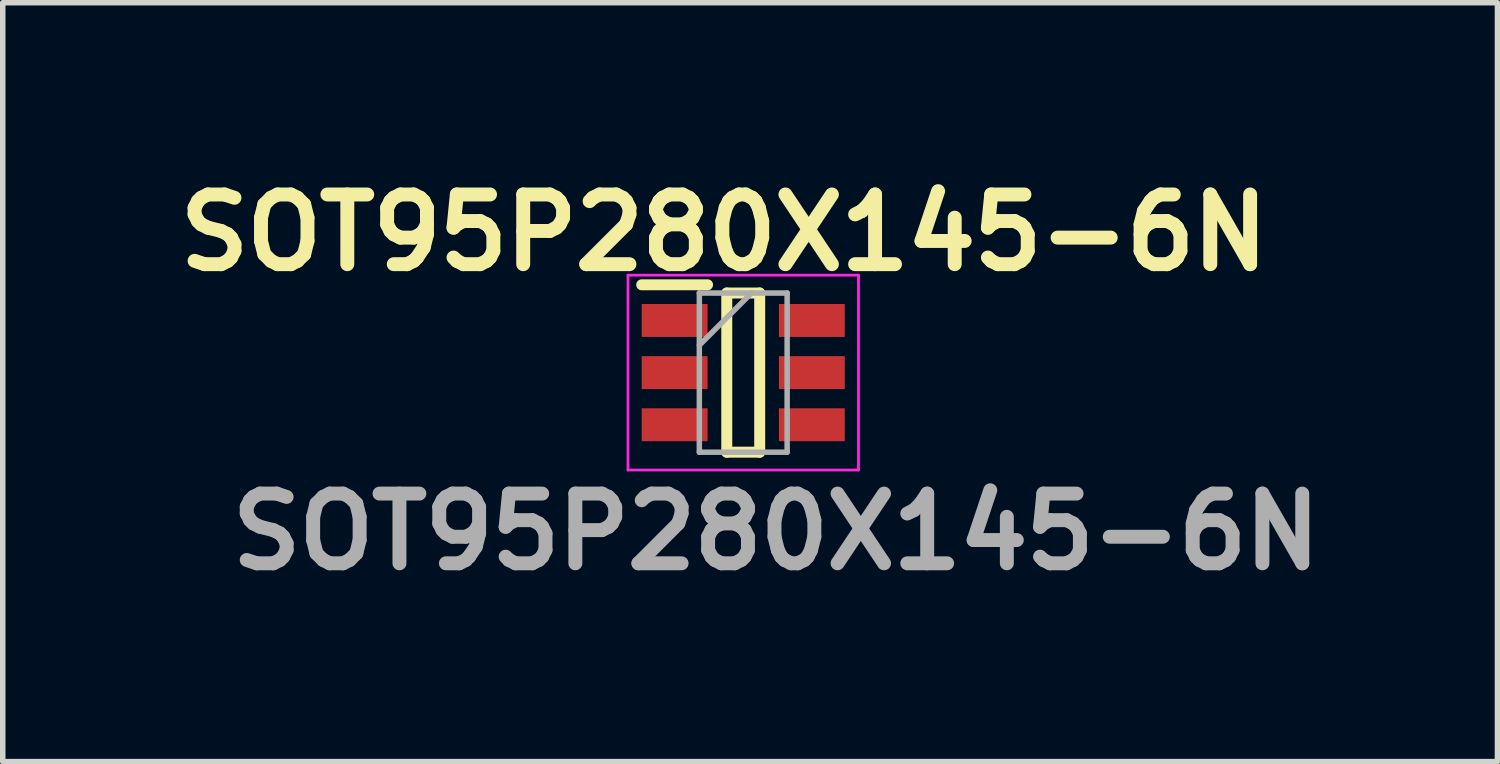
<source format=kicad_pcb>
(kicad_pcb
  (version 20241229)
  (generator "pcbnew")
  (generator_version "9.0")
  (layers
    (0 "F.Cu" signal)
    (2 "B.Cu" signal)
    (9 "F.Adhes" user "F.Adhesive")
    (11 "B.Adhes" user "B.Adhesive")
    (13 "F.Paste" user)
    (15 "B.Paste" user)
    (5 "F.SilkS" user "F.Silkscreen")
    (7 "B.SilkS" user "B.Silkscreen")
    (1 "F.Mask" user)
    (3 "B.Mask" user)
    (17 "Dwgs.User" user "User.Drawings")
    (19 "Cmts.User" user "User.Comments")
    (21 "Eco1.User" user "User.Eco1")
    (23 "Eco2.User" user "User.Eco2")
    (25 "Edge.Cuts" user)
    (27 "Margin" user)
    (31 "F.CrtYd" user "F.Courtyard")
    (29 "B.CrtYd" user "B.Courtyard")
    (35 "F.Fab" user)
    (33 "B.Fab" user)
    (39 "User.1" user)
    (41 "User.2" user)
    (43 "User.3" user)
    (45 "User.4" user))
  (footprint "SOT95P280X145-6N"
    (layer "F.Cu")
    (at 10.492 3.739)
    (property "Reference" "SOT95P280X145-6N" (at -0.35 -2.55 0) (layer "F.SilkS") (effects (font (size 1.27 1.27) (thickness 0.254))))
    (attr smd)
    (fp_line (start -1.85 -1.6) (end -0.65 -1.6) (stroke (width 0.2) (type solid)) (layer "F.SilkS"))
    (fp_line (start -0.3 -1.45) (end 0.3 -1.45) (stroke (width 0.2) (type solid)) (layer "F.SilkS"))
    (fp_line (start -0.3 1.45) (end -0.3 -1.45) (stroke (width 0.2) (type solid)) (layer "F.SilkS"))
    (fp_line (start 0.3 -1.45) (end 0.3 1.45) (stroke (width 0.2) (type solid)) (layer "F.SilkS"))
    (fp_line (start 0.3 1.45) (end -0.3 1.45) (stroke (width 0.2) (type solid)) (layer "F.SilkS"))
    (fp_line (start -2.1 -1.775) (end 2.1 -1.775) (stroke (width 0.05) (type solid)) (layer "F.CrtYd"))
    (fp_line (start -2.1 1.775) (end -2.1 -1.775) (stroke (width 0.05) (type solid)) (layer "F.CrtYd"))
    (fp_line (start 2.1 -1.775) (end 2.1 1.775) (stroke (width 0.05) (type solid)) (layer "F.CrtYd"))
    (fp_line (start 2.1 1.775) (end -2.1 1.775) (stroke (width 0.05) (type solid)) (layer "F.CrtYd"))
    (fp_line (start -0.8 -1.45) (end 0.8 -1.45) (stroke (width 0.1) (type solid)) (layer "F.Fab"))
    (fp_line (start -0.8 -0.5) (end 0.15 -1.45) (stroke (width 0.1) (type solid)) (layer "F.Fab"))
    (fp_line (start -0.8 1.45) (end -0.8 -1.45) (stroke (width 0.1) (type solid)) (layer "F.Fab"))
    (fp_line (start 0.8 -1.45) (end 0.8 1.45) (stroke (width 0.1) (type solid)) (layer "F.Fab"))
    (fp_line (start 0.8 1.45) (end -0.8 1.45) (stroke (width 0.1) (type solid)) (layer "F.Fab"))
    (fp_text user "${REFERENCE}" (at 0.6 2.9 0) (layer "F.Fab") (effects (font (size 1.27 1.27) (thickness 0.254))))
    (pad "1" smd rect (at -1.25 -0.95 90) (size 0.6 1.2) (layers "F.Cu" "F.Mask" "F.Paste"))
    (pad "2" smd rect (at -1.25 0 90) (size 0.6 1.2) (layers "F.Cu" "F.Mask" "F.Paste"))
    (pad "3" smd rect (at -1.25 0.95 90) (size 0.6 1.2) (layers "F.Cu" "F.Mask" "F.Paste"))
    (pad "4" smd rect (at 1.25 0.95 90) (size 0.6 1.2) (layers "F.Cu" "F.Mask" "F.Paste"))
    (pad "5" smd rect (at 1.25 0 90) (size 0.6 1.2) (layers "F.Cu" "F.Mask" "F.Paste"))
    (pad "6" smd rect (at 1.25 -0.95 90) (size 0.6 1.2) (layers "F.Cu" "F.Mask" "F.Paste")))
  (gr_rect
    (start -3 -3)
    (end 24.234 10.827)
    (stroke (width 0.1) (type default))
    (fill no)
    (layer "Edge.Cuts")))
</source>
